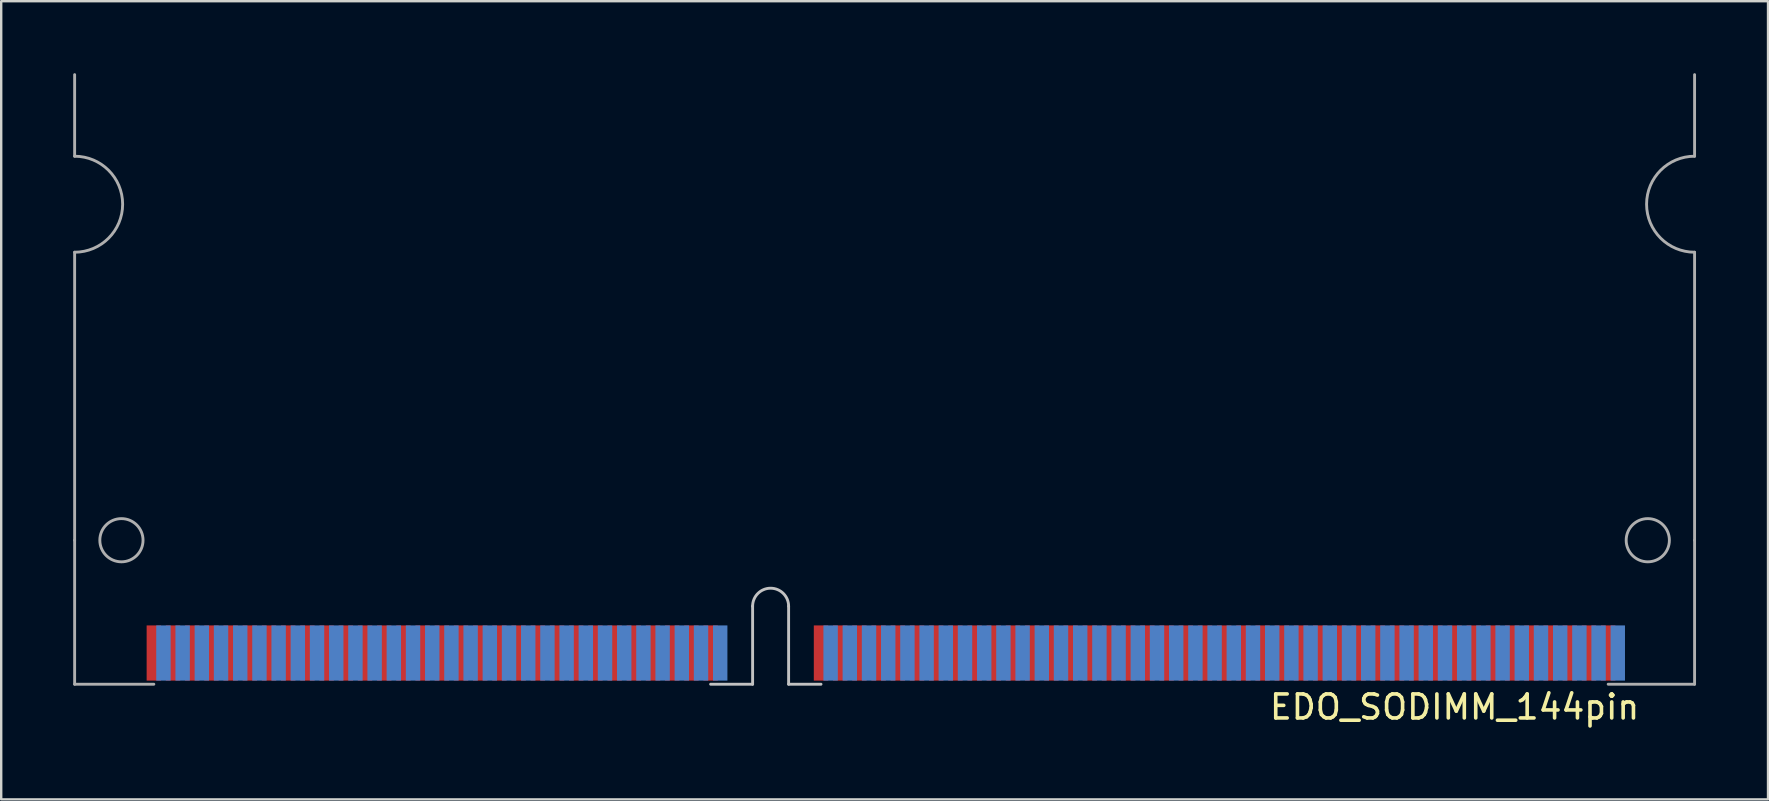
<source format=kicad_pcb>
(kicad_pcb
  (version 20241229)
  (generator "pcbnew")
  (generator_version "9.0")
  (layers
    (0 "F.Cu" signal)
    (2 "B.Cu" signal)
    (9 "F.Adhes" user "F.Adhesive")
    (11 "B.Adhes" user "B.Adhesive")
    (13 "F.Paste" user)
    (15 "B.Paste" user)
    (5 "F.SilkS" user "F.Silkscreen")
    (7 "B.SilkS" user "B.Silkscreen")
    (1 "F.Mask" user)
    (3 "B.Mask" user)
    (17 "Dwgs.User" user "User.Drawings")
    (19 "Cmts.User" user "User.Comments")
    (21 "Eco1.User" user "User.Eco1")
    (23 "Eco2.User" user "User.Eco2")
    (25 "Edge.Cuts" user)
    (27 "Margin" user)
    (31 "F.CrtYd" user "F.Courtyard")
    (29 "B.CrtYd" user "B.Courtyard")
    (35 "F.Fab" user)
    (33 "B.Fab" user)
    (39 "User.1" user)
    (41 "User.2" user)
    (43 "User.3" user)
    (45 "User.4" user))
  (footprint "EDO_SODIMM_144pin"
    (layer "F.Cu")
    (at 29.039 22.982)
    (property "Reference" "EDO_SODIMM_144pin" (at 28.521 3.428 0) (layer "F.SilkS") (effects (font (size 1 1) (thickness 0.15))))
    (attr smd)
    (fp_line (start -2.479 2.478) (end -0.729 2.478) (stroke (width 0.12) (type solid)) (layer "Dwgs.User"))
    (fp_line (start -0.729 2.478) (end -0.729 -0.772) (stroke (width 0.12) (type solid)) (layer "Dwgs.User"))
    (fp_line (start 0.771 -0.772) (end 0.771 2.478) (stroke (width 0.12) (type solid)) (layer "Dwgs.User"))
    (fp_line (start 0.771 2.478) (end 2.121 2.478) (stroke (width 0.12) (type solid)) (layer "Dwgs.User"))
    (fp_arc (start -0.729 -0.7724) (mid 0.021 -1.5224) (end 0.771 -0.7724) (stroke (width 0.12) (type solid)) (layer "Dwgs.User"))
    (fp_line (start -28.979 -19.522) (end -28.979 -22.922) (stroke (width 0.12) (type solid)) (layer "F.Fab"))
    (fp_line (start -28.979 -3.522) (end -28.979 -15.522) (stroke (width 0.12) (type solid)) (layer "F.Fab"))
    (fp_line (start -28.979 2.478) (end -28.979 -3.522) (stroke (width 0.12) (type solid)) (layer "F.Fab"))
    (fp_line (start -25.679 2.478) (end -28.979 2.478) (stroke (width 0.12) (type solid)) (layer "F.Fab"))
    (fp_line (start 34.921 2.478) (end 38.521 2.478) (stroke (width 0.12) (type solid)) (layer "F.Fab"))
    (fp_line (start 38.521 -19.522) (end 38.521 -22.922) (stroke (width 0.12) (type solid)) (layer "F.Fab"))
    (fp_line (start 38.521 -3.522) (end 38.521 -15.522) (stroke (width 0.12) (type solid)) (layer "F.Fab"))
    (fp_line (start 38.521 2.478) (end 38.521 -3.522) (stroke (width 0.12) (type solid)) (layer "F.Fab"))
    (fp_arc (start -28.979 -19.5224) (mid -26.979 -17.5224) (end -28.979 -15.5224) (stroke (width 0.12) (type solid)) (layer "F.Fab"))
    (fp_arc (start 38.521 -15.5224) (mid 36.521 -17.5224) (end 38.521 -19.5224) (stroke (width 0.12) (type solid)) (layer "F.Fab"))
    (fp_circle (center -27.029 -3.522) (end -26.129 -3.522) (stroke (width 0.12) (type solid)) (fill no) (layer "F.Fab"))
    (fp_circle (center 36.571 -3.522) (end 37.471 -3.522) (stroke (width 0.12) (type solid)) (fill no) (layer "F.Fab"))
    (pad "1" connect rect (at -25.679 1.178) (size 0.6 2.3) (layers "F.Cu" "F.Mask"))
    (pad "2" connect rect (at -25.279 1.178) (size 0.6 2.3) (layers "B.Cu" "B.Mask"))
    (pad "3" connect rect (at -24.879 1.178) (size 0.6 2.3) (layers "F.Cu" "F.Mask"))
    (pad "4" connect rect (at -24.479 1.178) (size 0.6 2.3) (layers "B.Cu" "B.Mask"))
    (pad "5" connect rect (at -24.079 1.178) (size 0.6 2.3) (layers "F.Cu" "F.Mask"))
    (pad "6" connect rect (at -23.679 1.178) (size 0.6 2.3) (layers "B.Cu" "B.Mask"))
    (pad "7" connect rect (at -23.279 1.178) (size 0.6 2.3) (layers "F.Cu" "F.Mask"))
    (pad "8" connect rect (at -22.879 1.178) (size 0.6 2.3) (layers "B.Cu" "B.Mask"))
    (pad "9" connect rect (at -22.479 1.178) (size 0.6 2.3) (layers "F.Cu" "F.Mask"))
    (pad "10" connect rect (at -22.079 1.178) (size 0.6 2.3) (layers "B.Cu" "B.Mask"))
    (pad "11" connect rect (at -21.679 1.178) (size 0.6 2.3) (layers "F.Cu" "F.Mask"))
    (pad "12" connect rect (at -21.279 1.178) (size 0.6 2.3) (layers "B.Cu" "B.Mask"))
    (pad "13" connect rect (at -20.879 1.178) (size 0.6 2.3) (layers "F.Cu" "F.Mask"))
    (pad "14" connect rect (at -20.479 1.178) (size 0.6 2.3) (layers "B.Cu" "B.Mask"))
    (pad "15" connect rect (at -20.079 1.178) (size 0.6 2.3) (layers "F.Cu" "F.Mask"))
    (pad "16" connect rect (at -19.679 1.178) (size 0.6 2.3) (layers "B.Cu" "B.Mask"))
    (pad "17" connect rect (at -19.279 1.178) (size 0.6 2.3) (layers "F.Cu" "F.Mask"))
    (pad "18" connect rect (at -18.879 1.178) (size 0.6 2.3) (layers "B.Cu" "B.Mask"))
    (pad "19" connect rect (at -18.479 1.178) (size 0.6 2.3) (layers "F.Cu" "F.Mask"))
    (pad "20" connect rect (at -18.079 1.178) (size 0.6 2.3) (layers "B.Cu" "B.Mask"))
    (pad "21" connect rect (at -17.679 1.178) (size 0.6 2.3) (layers "F.Cu" "F.Mask"))
    (pad "22" connect rect (at -17.279 1.178) (size 0.6 2.3) (layers "B.Cu" "B.Mask"))
    (pad "23" connect rect (at -16.879 1.178) (size 0.6 2.3) (layers "F.Cu" "F.Mask"))
    (pad "24" connect rect (at -16.479 1.178) (size 0.6 2.3) (layers "B.Cu" "B.Mask"))
    (pad "25" connect rect (at -16.079 1.178) (size 0.6 2.3) (layers "F.Cu" "F.Mask"))
    (pad "26" connect rect (at -15.679 1.178) (size 0.6 2.3) (layers "B.Cu" "B.Mask"))
    (pad "27" connect rect (at -15.279 1.178) (size 0.6 2.3) (layers "F.Cu" "F.Mask"))
    (pad "28" connect rect (at -14.879 1.178) (size 0.6 2.3) (layers "B.Cu" "B.Mask"))
    (pad "29" connect rect (at -14.479 1.178) (size 0.6 2.3) (layers "F.Cu" "F.Mask"))
    (pad "30" connect rect (at -14.079 1.178) (size 0.6 2.3) (layers "B.Cu" "B.Mask"))
    (pad "31" connect rect (at -13.679 1.178) (size 0.6 2.3) (layers "F.Cu" "F.Mask"))
    (pad "32" connect rect (at -13.279 1.178) (size 0.6 2.3) (layers "B.Cu" "B.Mask"))
    (pad "33" connect rect (at -12.879 1.178) (size 0.6 2.3) (layers "F.Cu" "F.Mask"))
    (pad "34" connect rect (at -12.479 1.178) (size 0.6 2.3) (layers "B.Cu" "B.Mask"))
    (pad "35" connect rect (at -12.079 1.178) (size 0.6 2.3) (layers "F.Cu" "F.Mask"))
    (pad "36" connect rect (at -11.679 1.178) (size 0.6 2.3) (layers "B.Cu" "B.Mask"))
    (pad "37" connect rect (at -11.279 1.178) (size 0.6 2.3) (layers "F.Cu" "F.Mask"))
    (pad "38" connect rect (at -10.879 1.178) (size 0.6 2.3) (layers "B.Cu" "B.Mask"))
    (pad "39" connect rect (at -10.479 1.178) (size 0.6 2.3) (layers "F.Cu" "F.Mask"))
    (pad "40" connect rect (at -10.079 1.178) (size 0.6 2.3) (layers "B.Cu" "B.Mask"))
    (pad "41" connect rect (at -9.679 1.178) (size 0.6 2.3) (layers "F.Cu" "F.Mask"))
    (pad "42" connect rect (at -9.279 1.178) (size 0.6 2.3) (layers "B.Cu" "B.Mask"))
    (pad "43" connect rect (at -8.879 1.178) (size 0.6 2.3) (layers "F.Cu" "F.Mask"))
    (pad "44" connect rect (at -8.479 1.178) (size 0.6 2.3) (layers "B.Cu" "B.Mask"))
    (pad "45" connect rect (at -8.079 1.178) (size 0.6 2.3) (layers "F.Cu" "F.Mask"))
    (pad "46" connect rect (at -7.679 1.178) (size 0.6 2.3) (layers "B.Cu" "B.Mask"))
    (pad "47" connect rect (at -7.279 1.178) (size 0.6 2.3) (layers "F.Cu" "F.Mask"))
    (pad "48" connect rect (at -6.879 1.178) (size 0.6 2.3) (layers "B.Cu" "B.Mask"))
    (pad "49" connect rect (at -6.479 1.178) (size 0.6 2.3) (layers "F.Cu" "F.Mask"))
    (pad "50" connect rect (at -6.079 1.178) (size 0.6 2.3) (layers "B.Cu" "B.Mask"))
    (pad "51" connect rect (at -5.679 1.178) (size 0.6 2.3) (layers "F.Cu" "F.Mask"))
    (pad "52" connect rect (at -5.279 1.178) (size 0.6 2.3) (layers "B.Cu" "B.Mask"))
    (pad "53" connect rect (at -4.879 1.178) (size 0.6 2.3) (layers "F.Cu" "F.Mask"))
    (pad "54" connect rect (at -4.479 1.178) (size 0.6 2.3) (layers "B.Cu" "B.Mask"))
    (pad "55" connect rect (at -4.079 1.178) (size 0.6 2.3) (layers "F.Cu" "F.Mask"))
    (pad "56" connect rect (at -3.679 1.178) (size 0.6 2.3) (layers "B.Cu" "B.Mask"))
    (pad "57" connect rect (at -3.279 1.178) (size 0.6 2.3) (layers "F.Cu" "F.Mask"))
    (pad "58" connect rect (at -2.879 1.178) (size 0.6 2.3) (layers "B.Cu" "B.Mask"))
    (pad "59" connect rect (at -2.479 1.178) (size 0.6 2.3) (layers "F.Cu" "F.Mask"))
    (pad "60" connect rect (at -2.079 1.178) (size 0.6 2.3) (layers "B.Cu" "B.Mask"))
    (pad "61" connect rect (at 2.121 1.178) (size 0.6 2.3) (layers "F.Cu" "F.Mask"))
    (pad "62" connect rect (at 2.521 1.178) (size 0.6 2.3) (layers "B.Cu" "B.Mask"))
    (pad "63" connect rect (at 2.921 1.178) (size 0.6 2.3) (layers "F.Cu" "F.Mask"))
    (pad "64" connect rect (at 3.321 1.178) (size 0.6 2.3) (layers "B.Cu" "B.Mask"))
    (pad "65" connect rect (at 3.721 1.178) (size 0.6 2.3) (layers "F.Cu" "F.Mask"))
    (pad "66" connect rect (at 4.121 1.178) (size 0.6 2.3) (layers "B.Cu" "B.Mask"))
    (pad "67" connect rect (at 4.521 1.178) (size 0.6 2.3) (layers "F.Cu" "F.Mask"))
    (pad "68" connect rect (at 4.921 1.178) (size 0.6 2.3) (layers "B.Cu" "B.Mask"))
    (pad "69" connect rect (at 5.321 1.178) (size 0.6 2.3) (layers "F.Cu" "F.Mask"))
    (pad "70" connect rect (at 5.721 1.178) (size 0.6 2.3) (layers "B.Cu" "B.Mask"))
    (pad "71" connect rect (at 6.121 1.178) (size 0.6 2.3) (layers "F.Cu" "F.Mask"))
    (pad "72" connect rect (at 6.521 1.178) (size 0.6 2.3) (layers "B.Cu" "B.Mask"))
    (pad "73" connect rect (at 6.921 1.178) (size 0.6 2.3) (layers "F.Cu" "F.Mask"))
    (pad "74" connect rect (at 7.321 1.178) (size 0.6 2.3) (layers "B.Cu" "B.Mask"))
    (pad "75" connect rect (at 7.721 1.178) (size 0.6 2.3) (layers "F.Cu" "F.Mask"))
    (pad "76" connect rect (at 8.121 1.178) (size 0.6 2.3) (layers "B.Cu" "B.Mask"))
    (pad "77" connect rect (at 8.521 1.178) (size 0.6 2.3) (layers "F.Cu" "F.Mask"))
    (pad "78" connect rect (at 8.921 1.178) (size 0.6 2.3) (layers "B.Cu" "B.Mask"))
    (pad "79" connect rect (at 9.321 1.178) (size 0.6 2.3) (layers "F.Cu" "F.Mask"))
    (pad "80" connect rect (at 9.721 1.178) (size 0.6 2.3) (layers "B.Cu" "B.Mask"))
    (pad "81" connect rect (at 10.121 1.178) (size 0.6 2.3) (layers "F.Cu" "F.Mask"))
    (pad "82" connect rect (at 10.521 1.178) (size 0.6 2.3) (layers "B.Cu" "B.Mask"))
    (pad "83" connect rect (at 10.921 1.178) (size 0.6 2.3) (layers "F.Cu" "F.Mask"))
    (pad "84" connect rect (at 11.321 1.178) (size 0.6 2.3) (layers "B.Cu" "B.Mask"))
    (pad "85" connect rect (at 11.721 1.178) (size 0.6 2.3) (layers "F.Cu" "F.Mask"))
    (pad "86" connect rect (at 12.121 1.178) (size 0.6 2.3) (layers "B.Cu" "B.Mask"))
    (pad "87" connect rect (at 12.521 1.178) (size 0.6 2.3) (layers "F.Cu" "F.Mask"))
    (pad "88" connect rect (at 12.921 1.178) (size 0.6 2.3) (layers "B.Cu" "B.Mask"))
    (pad "89" connect rect (at 13.321 1.178) (size 0.6 2.3) (layers "F.Cu" "F.Mask"))
    (pad "90" connect rect (at 13.721 1.178) (size 0.6 2.3) (layers "B.Cu" "B.Mask"))
    (pad "91" connect rect (at 14.121 1.178) (size 0.6 2.3) (layers "F.Cu" "F.Mask"))
    (pad "92" connect rect (at 14.521 1.178) (size 0.6 2.3) (layers "B.Cu" "B.Mask"))
    (pad "93" connect rect (at 14.921 1.178) (size 0.6 2.3) (layers "F.Cu" "F.Mask"))
    (pad "94" connect rect (at 15.321 1.178) (size 0.6 2.3) (layers "B.Cu" "B.Mask"))
    (pad "95" connect rect (at 15.721 1.178) (size 0.6 2.3) (layers "F.Cu" "F.Mask"))
    (pad "96" connect rect (at 16.121 1.178) (size 0.6 2.3) (layers "B.Cu" "B.Mask"))
    (pad "97" connect rect (at 16.521 1.178) (size 0.6 2.3) (layers "F.Cu" "F.Mask"))
    (pad "98" connect rect (at 16.921 1.178) (size 0.6 2.3) (layers "B.Cu" "B.Mask"))
    (pad "99" connect rect (at 17.321 1.178) (size 0.6 2.3) (layers "F.Cu" "F.Mask"))
    (pad "100" connect rect (at 17.721 1.178) (size 0.6 2.3) (layers "B.Cu" "B.Mask"))
    (pad "101" connect rect (at 18.121 1.178) (size 0.6 2.3) (layers "F.Cu" "F.Mask"))
    (pad "102" connect rect (at 18.521 1.178) (size 0.6 2.3) (layers "B.Cu" "B.Mask"))
    (pad "103" connect rect (at 18.921 1.178) (size 0.6 2.3) (layers "F.Cu" "F.Mask"))
    (pad "104" connect rect (at 19.321 1.178) (size 0.6 2.3) (layers "B.Cu" "B.Mask"))
    (pad "105" connect rect (at 19.721 1.178) (size 0.6 2.3) (layers "F.Cu" "F.Mask"))
    (pad "106" connect rect (at 20.121 1.178) (size 0.6 2.3) (layers "B.Cu" "B.Mask"))
    (pad "107" connect rect (at 20.521 1.178) (size 0.6 2.3) (layers "F.Cu" "F.Mask"))
    (pad "108" connect rect (at 20.921 1.178) (size 0.6 2.3) (layers "B.Cu" "B.Mask"))
    (pad "109" connect rect (at 21.321 1.178) (size 0.6 2.3) (layers "F.Cu" "F.Mask"))
    (pad "110" connect rect (at 21.721 1.178) (size 0.6 2.3) (layers "B.Cu" "B.Mask"))
    (pad "111" connect rect (at 22.121 1.178) (size 0.6 2.3) (layers "F.Cu" "F.Mask"))
    (pad "112" connect rect (at 22.521 1.178) (size 0.6 2.3) (layers "B.Cu" "B.Mask"))
    (pad "113" connect rect (at 22.921 1.178) (size 0.6 2.3) (layers "F.Cu" "F.Mask"))
    (pad "114" connect rect (at 23.321 1.178) (size 0.6 2.3) (layers "B.Cu" "B.Mask"))
    (pad "115" connect rect (at 23.721 1.178) (size 0.6 2.3) (layers "F.Cu" "F.Mask"))
    (pad "116" connect rect (at 24.121 1.178) (size 0.6 2.3) (layers "B.Cu" "B.Mask"))
    (pad "117" connect rect (at 24.521 1.178) (size 0.6 2.3) (layers "F.Cu" "F.Mask"))
    (pad "118" connect rect (at 24.921 1.178) (size 0.6 2.3) (layers "B.Cu" "B.Mask"))
    (pad "119" connect rect (at 25.321 1.178) (size 0.6 2.3) (layers "F.Cu" "F.Mask"))
    (pad "120" connect rect (at 25.721 1.178) (size 0.6 2.3) (layers "B.Cu" "B.Mask"))
    (pad "121" connect rect (at 26.121 1.178) (size 0.6 2.3) (layers "F.Cu" "F.Mask"))
    (pad "122" connect rect (at 26.521 1.178) (size 0.6 2.3) (layers "B.Cu" "B.Mask"))
    (pad "123" connect rect (at 26.921 1.178) (size 0.6 2.3) (layers "F.Cu" "F.Mask"))
    (pad "124" connect rect (at 27.321 1.178) (size 0.6 2.3) (layers "B.Cu" "B.Mask"))
    (pad "125" connect rect (at 27.721 1.178) (size 0.6 2.3) (layers "F.Cu" "F.Mask"))
    (pad "126" connect rect (at 28.121 1.178) (size 0.6 2.3) (layers "B.Cu" "B.Mask"))
    (pad "127" connect rect (at 28.521 1.178) (size 0.6 2.3) (layers "F.Cu" "F.Mask"))
    (pad "128" connect rect (at 28.921 1.178) (size 0.6 2.3) (layers "B.Cu" "B.Mask"))
    (pad "129" connect rect (at 29.321 1.178) (size 0.6 2.3) (layers "F.Cu" "F.Mask"))
    (pad "130" connect rect (at 29.721 1.178) (size 0.6 2.3) (layers "B.Cu" "B.Mask"))
    (pad "131" connect rect (at 30.121 1.178) (size 0.6 2.3) (layers "F.Cu" "F.Mask"))
    (pad "132" connect rect (at 30.521 1.178) (size 0.6 2.3) (layers "B.Cu" "B.Mask"))
    (pad "133" connect rect (at 30.921 1.178) (size 0.6 2.3) (layers "F.Cu" "F.Mask"))
    (pad "134" connect rect (at 31.321 1.178) (size 0.6 2.3) (layers "B.Cu" "B.Mask"))
    (pad "135" connect rect (at 31.721 1.178) (size 0.6 2.3) (layers "F.Cu" "F.Mask"))
    (pad "136" connect rect (at 32.121 1.178) (size 0.6 2.3) (layers "B.Cu" "B.Mask"))
    (pad "137" connect rect (at 32.521 1.178) (size 0.6 2.3) (layers "F.Cu" "F.Mask"))
    (pad "138" connect rect (at 32.921 1.178) (size 0.6 2.3) (layers "B.Cu" "B.Mask"))
    (pad "139" connect rect (at 33.321 1.178) (size 0.6 2.3) (layers "F.Cu" "F.Mask"))
    (pad "140" connect rect (at 33.721 1.178) (size 0.6 2.3) (layers "B.Cu" "B.Mask"))
    (pad "141" connect rect (at 34.121 1.178) (size 0.6 2.3) (layers "F.Cu" "F.Mask"))
    (pad "142" connect rect (at 34.521 1.178) (size 0.6 2.3) (layers "B.Cu" "B.Mask"))
    (pad "143" connect rect (at 34.921 1.178) (size 0.6 2.3) (layers "F.Cu" "F.Mask"))
    (pad "144" connect rect (at 35.321 1.178) (size 0.6 2.3) (layers "B.Cu" "B.Mask")))
  (gr_rect
    (start -3 -3)
    (end 70.62 30.258)
    (stroke (width 0.1) (type default))
    (fill no)
    (layer "Edge.Cuts")))
</source>
